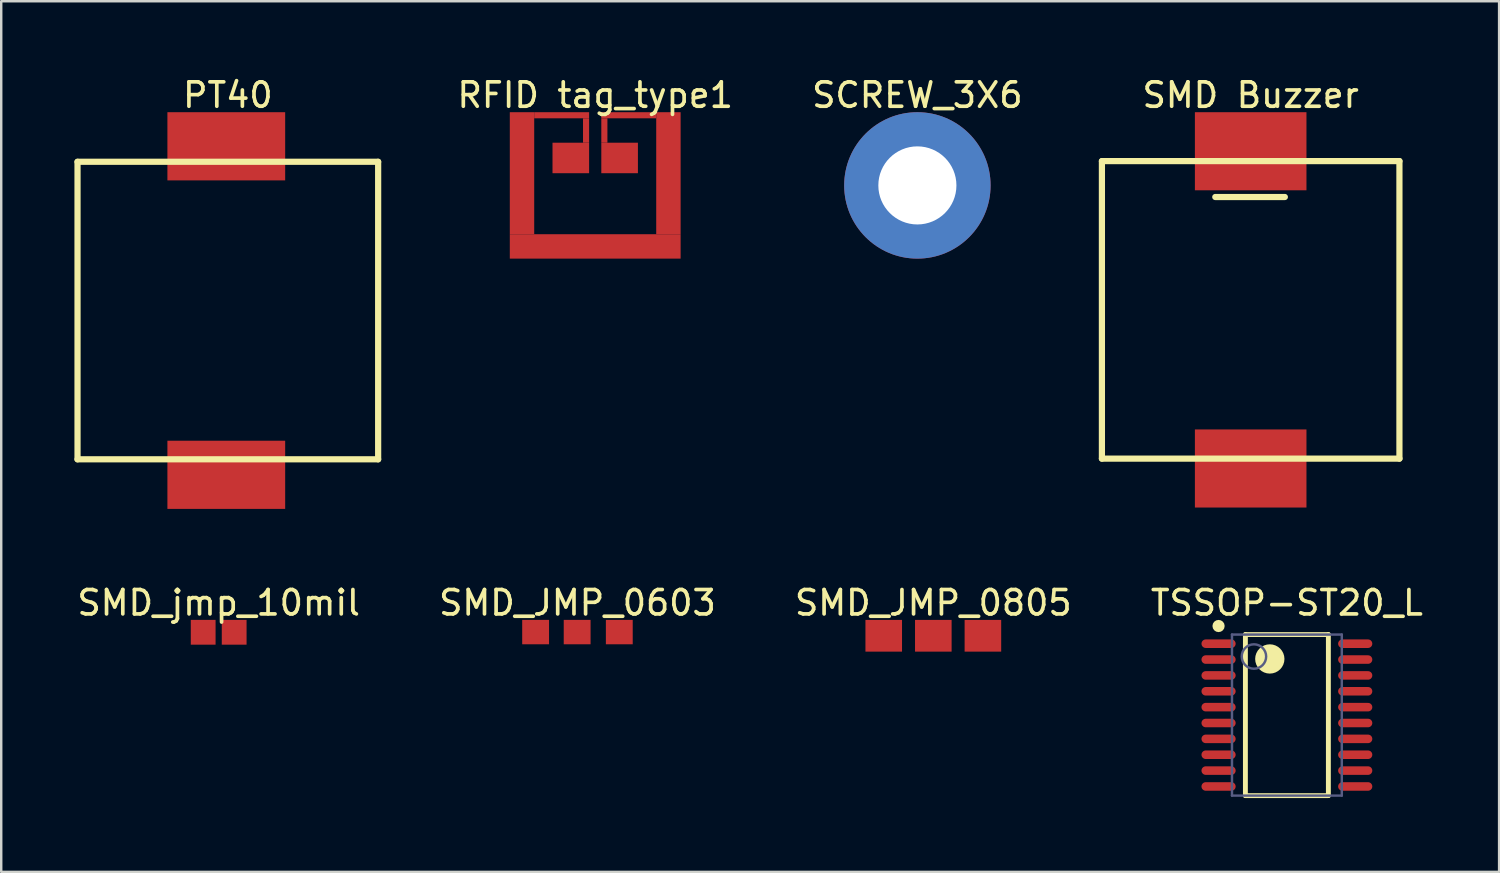
<source format=kicad_pcb>
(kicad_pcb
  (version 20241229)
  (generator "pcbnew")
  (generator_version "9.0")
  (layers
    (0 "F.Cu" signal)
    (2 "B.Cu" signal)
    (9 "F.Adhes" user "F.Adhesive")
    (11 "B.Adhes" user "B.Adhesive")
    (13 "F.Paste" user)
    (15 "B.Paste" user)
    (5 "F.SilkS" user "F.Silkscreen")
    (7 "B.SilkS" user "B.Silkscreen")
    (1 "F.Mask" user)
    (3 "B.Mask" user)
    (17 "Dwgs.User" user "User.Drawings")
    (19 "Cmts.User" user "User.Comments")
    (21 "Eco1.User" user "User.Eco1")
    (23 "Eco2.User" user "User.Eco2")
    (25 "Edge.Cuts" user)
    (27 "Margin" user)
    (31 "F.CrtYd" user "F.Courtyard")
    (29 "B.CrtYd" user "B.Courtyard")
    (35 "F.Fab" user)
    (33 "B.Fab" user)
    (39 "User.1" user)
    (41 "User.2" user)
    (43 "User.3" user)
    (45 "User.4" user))
  (footprint "SMD Buzzer"
    (layer "F.Cu")
    (at 48.201 9.648)
    (property "Reference" "SMD Buzzer" (at -0.00008 -8.8 0) (layer "F.SilkS") (effects (font (size 1 1) (thickness 0.15))))
    (fp_line (start -6.096 -6.096) (end 6.096 -6.096) (stroke (width 0.254) (type solid)) (layer "F.SilkS"))
    (fp_line (start -6.096 6.096) (end -6.096 -6.096) (stroke (width 0.254) (type solid)) (layer "F.SilkS"))
    (fp_line (start -6.096 6.096) (end 6.096 6.096) (stroke (width 0.254) (type solid)) (layer "F.SilkS"))
    (fp_line (start -1.45 -4.625) (end 1.4 -4.625) (stroke (width 0.254) (type solid)) (layer "F.SilkS"))
    (fp_line (start 6.096 6.096) (end 6.096 -6.096) (stroke (width 0.254) (type solid)) (layer "F.SilkS"))
    (pad "1" smd rect (at 0 -6.5) (size 4.572 3.2) (layers "F.Cu" "F.Mask" "F.Paste"))
    (pad "2" smd rect (at 0 6.5) (size 4.572 3.2) (layers "F.Cu" "F.Mask" "F.Paste")))
  (footprint "RFID tag_type1"
    (layer "F.Cu")
    (at 21.341 3.423)
    (property "Reference" "RFID tag_type1" (at 0 -2.575 0) (layer "F.SilkS") (effects (font (size 1 1) (thickness 0.15))))
    (pad "0" smd rect (at -3 0.625) (size 1 5) (layers "F.Cu"))
    (pad "0" smd rect (at -1.375 -1.75) (size 2.25 0.25) (layers "F.Cu"))
    (pad "0" smd rect (at -1 0) (size 1.5 1.25) (layers "F.Cu" "F.Mask" "F.Paste"))
    (pad "0" smd rect (at -0.375 -1.125) (size 0.25 1) (layers "F.Cu"))
    (pad "0" smd rect (at 0 3.625) (size 7 1) (layers "F.Cu"))
    (pad "0" smd rect (at 0.375 -1.125) (size 0.25 1) (layers "F.Cu"))
    (pad "0" smd rect (at 1 0) (size 1.5 1.25) (layers "F.Cu" "F.Mask" "F.Paste"))
    (pad "0" smd rect (at 1.375 -1.75) (size 2.25 0.25) (layers "F.Cu"))
    (pad "0" smd rect (at 3 0.625) (size 1 5) (layers "F.Cu")))
  (footprint "TSSOP-ST20_L"
    (layer "F.Cu")
    (at 49.685 26.253)
    (property "Reference" "TSSOP-ST20_L" (at 0 -4.6 0) (layer "F.SilkS") (effects (font (size 1 1) (thickness 0.15))))
    (fp_line (start -1.7 -3.3) (end 1.7 -3.3) (stroke (width 0.2) (type solid)) (layer "F.SilkS"))
    (fp_line (start -1.7 3.3) (end -1.7 -3.3) (stroke (width 0.2) (type solid)) (layer "F.SilkS"))
    (fp_line (start -1.7 3.3) (end 1.7 3.3) (stroke (width 0.2) (type solid)) (layer "F.SilkS"))
    (fp_line (start 1.7 3.3) (end 1.7 -3.3) (stroke (width 0.2) (type solid)) (layer "F.SilkS"))
    (fp_circle (center -2.8 -3.65) (end -2.8 -3.775) (stroke (width 0.25) (type solid)) (fill no) (layer "F.SilkS"))
    (fp_circle (center -0.7 -2.3) (end -0.7 -2.6) (stroke (width 0.6) (type solid)) (fill no) (layer "F.SilkS"))
    (fp_line (start -3.6 -3.4) (end 3.6 -3.4) (stroke (width 0.05) (type solid)) (layer "Eco2.User"))
    (fp_line (start -3.6 3.4) (end -3.6 -3.4) (stroke (width 0.05) (type solid)) (layer "Eco2.User"))
    (fp_line (start -3.6 3.4) (end 3.6 3.4) (stroke (width 0.05) (type solid)) (layer "Eco2.User"))
    (fp_line (start -0.5 0) (end 0.5 0) (stroke (width 0.1) (type solid)) (layer "Eco2.User"))
    (fp_line (start 0 0.5) (end 0 -0.5) (stroke (width 0.1) (type solid)) (layer "Eco2.User"))
    (fp_line (start 3.6 3.4) (end 3.6 -3.4) (stroke (width 0.05) (type solid)) (layer "Eco2.User"))
    (fp_line (start -2.25 -3.3) (end 2.25 -3.3) (stroke (width 0.1) (type solid)) (layer "B.Fab"))
    (fp_line (start -2.25 3.3) (end -2.25 -3.3) (stroke (width 0.1) (type solid)) (layer "B.Fab"))
    (fp_line (start -2.25 3.3) (end 2.25 3.3) (stroke (width 0.1) (type solid)) (layer "B.Fab"))
    (fp_line (start 2.25 3.3) (end 2.25 -3.3) (stroke (width 0.1) (type solid)) (layer "B.Fab"))
    (fp_circle (center -1.35 -2.4) (end -1.35 -2.9) (stroke (width 0.1) (type solid)) (fill no) (layer "B.Fab"))
    (pad "1" smd oval (at -2.8 -2.925 90) (size 0.35 1.4) (layers "F.Cu" "F.Mask" "F.Paste"))
    (pad "2" smd oval (at -2.8 -2.275 90) (size 0.35 1.4) (layers "F.Cu" "F.Mask" "F.Paste"))
    (pad "3" smd oval (at -2.8 -1.625 90) (size 0.35 1.4) (layers "F.Cu" "F.Mask" "F.Paste"))
    (pad "4" smd oval (at -2.8 -0.975 90) (size 0.35 1.4) (layers "F.Cu" "F.Mask" "F.Paste"))
    (pad "5" smd oval (at -2.8 -0.325 90) (size 0.35 1.4) (layers "F.Cu" "F.Mask" "F.Paste"))
    (pad "6" smd oval (at -2.8 0.325 90) (size 0.35 1.4) (layers "F.Cu" "F.Mask" "F.Paste"))
    (pad "7" smd oval (at -2.8 0.975 90) (size 0.35 1.4) (layers "F.Cu" "F.Mask" "F.Paste"))
    (pad "8" smd oval (at -2.8 1.625 90) (size 0.35 1.4) (layers "F.Cu" "F.Mask" "F.Paste"))
    (pad "9" smd oval (at -2.8 2.275 90) (size 0.35 1.4) (layers "F.Cu" "F.Mask" "F.Paste"))
    (pad "10" smd oval (at -2.8 2.925 90) (size 0.35 1.4) (layers "F.Cu" "F.Mask" "F.Paste"))
    (pad "11" smd oval (at 2.8 2.925 90) (size 0.35 1.4) (layers "F.Cu" "F.Mask" "F.Paste"))
    (pad "12" smd oval (at 2.8 2.275 90) (size 0.35 1.4) (layers "F.Cu" "F.Mask" "F.Paste"))
    (pad "13" smd oval (at 2.8 1.625 90) (size 0.35 1.4) (layers "F.Cu" "F.Mask" "F.Paste"))
    (pad "14" smd oval (at 2.8 0.975 90) (size 0.35 1.4) (layers "F.Cu" "F.Mask" "F.Paste"))
    (pad "15" smd oval (at 2.8 0.325 90) (size 0.35 1.4) (layers "F.Cu" "F.Mask" "F.Paste"))
    (pad "16" smd oval (at 2.8 -0.325 90) (size 0.35 1.4) (layers "F.Cu" "F.Mask" "F.Paste"))
    (pad "17" smd oval (at 2.8 -0.975 90) (size 0.35 1.4) (layers "F.Cu" "F.Mask" "F.Paste"))
    (pad "18" smd oval (at 2.8 -1.625 90) (size 0.35 1.4) (layers "F.Cu" "F.Mask" "F.Paste"))
    (pad "19" smd oval (at 2.8 -2.275 90) (size 0.35 1.4) (layers "F.Cu" "F.Mask" "F.Paste"))
    (pad "20" smd oval (at 2.8 -2.925 90) (size 0.35 1.4) (layers "F.Cu" "F.Mask" "F.Paste")))
  (footprint "SCREW_3X6"
    (layer "F.Cu")
    (at 34.543 4.548)
    (property "Reference" "SCREW_3X6" (at 0 -3.7 0) (layer "F.SilkS") (effects (font (size 1 1) (thickness 0.15))))
    (pad "1" thru_hole circle (at 0 0) (size 6 6) (drill 3.2) (layers "*.Cu" "*.Mask")))
  (footprint "PT40"
    (layer "F.Cu")
    (at 6.223 9.676)
    (property "Reference" "PT40" (at 0.064 -8.828 0) (layer "F.SilkS") (effects (font (size 1 1) (thickness 0.15))))
    (fp_line (start -6.096 -6.096) (end 6.223 -6.096) (stroke (width 0.254) (type solid)) (layer "F.SilkS"))
    (fp_line (start -6.096 6.096) (end -6.096 -6.096) (stroke (width 0.254) (type solid)) (layer "F.SilkS"))
    (fp_line (start -6.096 6.096) (end 6.223 6.096) (stroke (width 0.254) (type solid)) (layer "F.SilkS"))
    (fp_line (start 6.223 6.096) (end 6.223 -6.096) (stroke (width 0.254) (type solid)) (layer "F.SilkS"))
    (pad "1" smd rect (at 0 6.731) (size 4.826 2.794) (layers "F.Cu" "F.Mask" "F.Paste"))
    (pad "2" smd rect (at 0 -6.731) (size 4.826 2.794) (layers "F.Cu" "F.Mask" "F.Paste")))
  (footprint "SMD_JMP_0603"
    (layer "F.Cu")
    (at 18.899 22.852)
    (property "Reference" "SMD_JMP_0603" (at 1.714 -1.2 0) (layer "F.SilkS") (effects (font (size 1 1) (thickness 0.15))))
    (pad "1" smd rect (at 3.429 0 270) (size 1 1.1) (layers "F.Cu" "F.Mask" "F.Paste"))
    (pad "2" smd rect (at 0 0 270) (size 1 1.1) (layers "F.Cu" "F.Mask" "F.Paste"))
    (pad "3" smd rect (at 1.702 0 270) (size 1 1.1) (layers "F.Cu" "F.Mask" "F.Paste")))
  (footprint "SMD_jmp_10mil"
    (layer "F.Cu")
    (at 5.276 22.86)
    (property "Reference" "SMD_jmp_10mil" (at 0.635 -1.208 0) (layer "F.SilkS") (effects (font (size 1 1) (thickness 0.15))))
    (pad "1" smd rect (at 0 0) (size 1.016 1.016) (layers "F.Cu" "F.Mask" "F.Paste"))
    (pad "2" smd rect (at 1.27 0) (size 1.016 1.016) (layers "F.Cu" "F.Mask" "F.Paste")))
  (footprint "SMD_JMP_0805"
    (layer "F.Cu")
    (at 33.164 25.543)
    (property "Reference" "SMD_JMP_0805" (at 2.032 -3.89 0) (layer "F.SilkS") (effects (font (size 1 1) (thickness 0.15))))
    (pad "1" smd rect (at 2.032 -2.54) (size 1.499 1.3) (layers "F.Cu" "F.Mask" "F.Paste"))
    (pad "2" smd rect (at 0 -2.54) (size 1.499 1.3) (layers "F.Cu" "F.Mask" "F.Paste"))
    (pad "3" smd rect (at 4.064 -2.54) (size 1.499 1.3) (layers "F.Cu" "F.Mask" "F.Paste")))
  (gr_rect
    (start -3 -3)
    (end 58.381 32.678)
    (stroke (width 0.1) (type default))
    (fill no)
    (layer "Edge.Cuts")))
</source>
